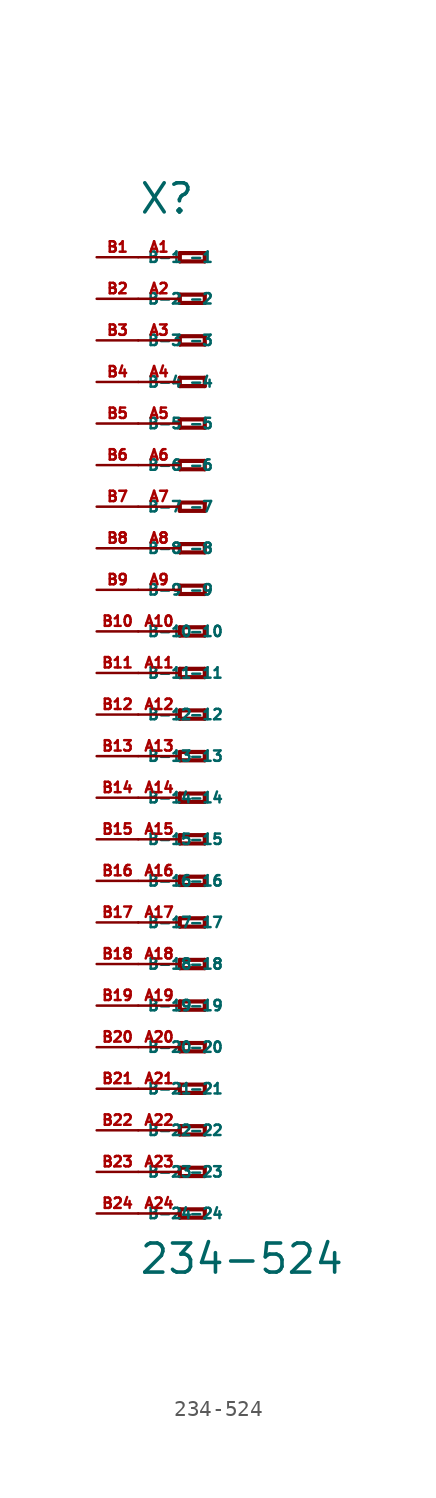
<source format=kicad_sym>
(kicad_symbol_lib
  (version 20220914)
  (generator Eagle2Kicad)
  (symbol "234-524"
    (property "Reference" "X"
      (at -5.08 30.48 0)
      (effects (font (size 1.778 1.778) (thickness 0.22)) (justify left bottom)))
    (property "Value" "234-524"
      (at -5.08 -34.29 0)
      (effects (font (size 1.778 1.778) (thickness 0.22)) (justify left bottom)))
    (polyline
      (pts (xy -2.54 28.194) (xy -2.54 27.686))
      (stroke (width 0.254) (type default))
      (fill (type none)))
    (polyline
      (pts (xy -2.54 27.686) (xy -1.016 27.686))
      (stroke (width 0.254) (type default))
      (fill (type none)))
    (polyline
      (pts (xy -1.016 27.686) (xy -1.016 28.194))
      (stroke (width 0.254) (type default))
      (fill (type none)))
    (polyline
      (pts (xy -1.016 28.194) (xy -2.54 28.194))
      (stroke (width 0.254) (type default))
      (fill (type none)))
    (polyline
      (pts (xy -2.54 25.654) (xy -2.54 25.146))
      (stroke (width 0.254) (type default))
      (fill (type none)))
    (polyline
      (pts (xy -2.54 25.146) (xy -1.016 25.146))
      (stroke (width 0.254) (type default))
      (fill (type none)))
    (polyline
      (pts (xy -1.016 25.146) (xy -1.016 25.654))
      (stroke (width 0.254) (type default))
      (fill (type none)))
    (polyline
      (pts (xy -1.016 25.654) (xy -2.54 25.654))
      (stroke (width 0.254) (type default))
      (fill (type none)))
    (polyline
      (pts (xy -2.54 23.114) (xy -2.54 22.606))
      (stroke (width 0.254) (type default))
      (fill (type none)))
    (polyline
      (pts (xy -2.54 22.606) (xy -1.016 22.606))
      (stroke (width 0.254) (type default))
      (fill (type none)))
    (polyline
      (pts (xy -1.016 22.606) (xy -1.016 23.114))
      (stroke (width 0.254) (type default))
      (fill (type none)))
    (polyline
      (pts (xy -1.016 23.114) (xy -2.54 23.114))
      (stroke (width 0.254) (type default))
      (fill (type none)))
    (polyline
      (pts (xy -2.54 20.574) (xy -2.54 20.066))
      (stroke (width 0.254) (type default))
      (fill (type none)))
    (polyline
      (pts (xy -2.54 20.066) (xy -1.016 20.066))
      (stroke (width 0.254) (type default))
      (fill (type none)))
    (polyline
      (pts (xy -1.016 20.066) (xy -1.016 20.574))
      (stroke (width 0.254) (type default))
      (fill (type none)))
    (polyline
      (pts (xy -1.016 20.574) (xy -2.54 20.574))
      (stroke (width 0.254) (type default))
      (fill (type none)))
    (polyline
      (pts (xy -2.54 18.034) (xy -2.54 17.526))
      (stroke (width 0.254) (type default))
      (fill (type none)))
    (polyline
      (pts (xy -2.54 17.526) (xy -1.016 17.526))
      (stroke (width 0.254) (type default))
      (fill (type none)))
    (polyline
      (pts (xy -1.016 17.526) (xy -1.016 18.034))
      (stroke (width 0.254) (type default))
      (fill (type none)))
    (polyline
      (pts (xy -1.016 18.034) (xy -2.54 18.034))
      (stroke (width 0.254) (type default))
      (fill (type none)))
    (polyline
      (pts (xy -2.54 15.494) (xy -2.54 14.986))
      (stroke (width 0.254) (type default))
      (fill (type none)))
    (polyline
      (pts (xy -2.54 14.986) (xy -1.016 14.986))
      (stroke (width 0.254) (type default))
      (fill (type none)))
    (polyline
      (pts (xy -1.016 14.986) (xy -1.016 15.494))
      (stroke (width 0.254) (type default))
      (fill (type none)))
    (polyline
      (pts (xy -1.016 15.494) (xy -2.54 15.494))
      (stroke (width 0.254) (type default))
      (fill (type none)))
    (polyline
      (pts (xy -2.54 12.954) (xy -2.54 12.446))
      (stroke (width 0.254) (type default))
      (fill (type none)))
    (polyline
      (pts (xy -2.54 12.446) (xy -1.016 12.446))
      (stroke (width 0.254) (type default))
      (fill (type none)))
    (polyline
      (pts (xy -1.016 12.446) (xy -1.016 12.954))
      (stroke (width 0.254) (type default))
      (fill (type none)))
    (polyline
      (pts (xy -1.016 12.954) (xy -2.54 12.954))
      (stroke (width 0.254) (type default))
      (fill (type none)))
    (polyline
      (pts (xy -2.54 10.414) (xy -2.54 9.906))
      (stroke (width 0.254) (type default))
      (fill (type none)))
    (polyline
      (pts (xy -2.54 9.906) (xy -1.016 9.906))
      (stroke (width 0.254) (type default))
      (fill (type none)))
    (polyline
      (pts (xy -1.016 9.906) (xy -1.016 10.414))
      (stroke (width 0.254) (type default))
      (fill (type none)))
    (polyline
      (pts (xy -1.016 10.414) (xy -2.54 10.414))
      (stroke (width 0.254) (type default))
      (fill (type none)))
    (polyline
      (pts (xy -2.54 7.874) (xy -2.54 7.366))
      (stroke (width 0.254) (type default))
      (fill (type none)))
    (polyline
      (pts (xy -2.54 7.366) (xy -1.016 7.366))
      (stroke (width 0.254) (type default))
      (fill (type none)))
    (polyline
      (pts (xy -1.016 7.366) (xy -1.016 7.874))
      (stroke (width 0.254) (type default))
      (fill (type none)))
    (polyline
      (pts (xy -1.016 7.874) (xy -2.54 7.874))
      (stroke (width 0.254) (type default))
      (fill (type none)))
    (polyline
      (pts (xy -2.54 5.334) (xy -2.54 4.826))
      (stroke (width 0.254) (type default))
      (fill (type none)))
    (polyline
      (pts (xy -2.54 4.826) (xy -1.016 4.826))
      (stroke (width 0.254) (type default))
      (fill (type none)))
    (polyline
      (pts (xy -1.016 4.826) (xy -1.016 5.334))
      (stroke (width 0.254) (type default))
      (fill (type none)))
    (polyline
      (pts (xy -1.016 5.334) (xy -2.54 5.334))
      (stroke (width 0.254) (type default))
      (fill (type none)))
    (polyline
      (pts (xy -2.54 2.794) (xy -2.54 2.286))
      (stroke (width 0.254) (type default))
      (fill (type none)))
    (polyline
      (pts (xy -2.54 2.286) (xy -1.016 2.286))
      (stroke (width 0.254) (type default))
      (fill (type none)))
    (polyline
      (pts (xy -1.016 2.286) (xy -1.016 2.794))
      (stroke (width 0.254) (type default))
      (fill (type none)))
    (polyline
      (pts (xy -1.016 2.794) (xy -2.54 2.794))
      (stroke (width 0.254) (type default))
      (fill (type none)))
    (polyline
      (pts (xy -2.54 0.254) (xy -2.54 -0.254))
      (stroke (width 0.254) (type default))
      (fill (type none)))
    (polyline
      (pts (xy -2.54 -0.254) (xy -1.016 -0.254))
      (stroke (width 0.254) (type default))
      (fill (type none)))
    (polyline
      (pts (xy -1.016 -0.254) (xy -1.016 0.254))
      (stroke (width 0.254) (type default))
      (fill (type none)))
    (polyline
      (pts (xy -1.016 0.254) (xy -2.54 0.254))
      (stroke (width 0.254) (type default))
      (fill (type none)))
    (polyline
      (pts (xy -2.54 -2.286) (xy -2.54 -2.794))
      (stroke (width 0.254) (type default))
      (fill (type none)))
    (polyline
      (pts (xy -2.54 -2.794) (xy -1.016 -2.794))
      (stroke (width 0.254) (type default))
      (fill (type none)))
    (polyline
      (pts (xy -1.016 -2.794) (xy -1.016 -2.286))
      (stroke (width 0.254) (type default))
      (fill (type none)))
    (polyline
      (pts (xy -1.016 -2.286) (xy -2.54 -2.286))
      (stroke (width 0.254) (type default))
      (fill (type none)))
    (polyline
      (pts (xy -2.54 -4.826) (xy -2.54 -5.334))
      (stroke (width 0.254) (type default))
      (fill (type none)))
    (polyline
      (pts (xy -2.54 -5.334) (xy -1.016 -5.334))
      (stroke (width 0.254) (type default))
      (fill (type none)))
    (polyline
      (pts (xy -1.016 -5.334) (xy -1.016 -4.826))
      (stroke (width 0.254) (type default))
      (fill (type none)))
    (polyline
      (pts (xy -1.016 -4.826) (xy -2.54 -4.826))
      (stroke (width 0.254) (type default))
      (fill (type none)))
    (polyline
      (pts (xy -2.54 -7.366) (xy -2.54 -7.874))
      (stroke (width 0.254) (type default))
      (fill (type none)))
    (polyline
      (pts (xy -2.54 -7.874) (xy -1.016 -7.874))
      (stroke (width 0.254) (type default))
      (fill (type none)))
    (polyline
      (pts (xy -1.016 -7.874) (xy -1.016 -7.366))
      (stroke (width 0.254) (type default))
      (fill (type none)))
    (polyline
      (pts (xy -1.016 -7.366) (xy -2.54 -7.366))
      (stroke (width 0.254) (type default))
      (fill (type none)))
    (polyline
      (pts (xy -2.54 -9.906) (xy -2.54 -10.414))
      (stroke (width 0.254) (type default))
      (fill (type none)))
    (polyline
      (pts (xy -2.54 -10.414) (xy -1.016 -10.414))
      (stroke (width 0.254) (type default))
      (fill (type none)))
    (polyline
      (pts (xy -1.016 -10.414) (xy -1.016 -9.906))
      (stroke (width 0.254) (type default))
      (fill (type none)))
    (polyline
      (pts (xy -1.016 -9.906) (xy -2.54 -9.906))
      (stroke (width 0.254) (type default))
      (fill (type none)))
    (polyline
      (pts (xy -2.54 -12.446) (xy -2.54 -12.954))
      (stroke (width 0.254) (type default))
      (fill (type none)))
    (polyline
      (pts (xy -2.54 -12.954) (xy -1.016 -12.954))
      (stroke (width 0.254) (type default))
      (fill (type none)))
    (polyline
      (pts (xy -1.016 -12.954) (xy -1.016 -12.446))
      (stroke (width 0.254) (type default))
      (fill (type none)))
    (polyline
      (pts (xy -1.016 -12.446) (xy -2.54 -12.446))
      (stroke (width 0.254) (type default))
      (fill (type none)))
    (polyline
      (pts (xy -2.54 -14.986) (xy -2.54 -15.494))
      (stroke (width 0.254) (type default))
      (fill (type none)))
    (polyline
      (pts (xy -2.54 -15.494) (xy -1.016 -15.494))
      (stroke (width 0.254) (type default))
      (fill (type none)))
    (polyline
      (pts (xy -1.016 -15.494) (xy -1.016 -14.986))
      (stroke (width 0.254) (type default))
      (fill (type none)))
    (polyline
      (pts (xy -1.016 -14.986) (xy -2.54 -14.986))
      (stroke (width 0.254) (type default))
      (fill (type none)))
    (polyline
      (pts (xy -2.54 -17.526) (xy -2.54 -18.034))
      (stroke (width 0.254) (type default))
      (fill (type none)))
    (polyline
      (pts (xy -2.54 -18.034) (xy -1.016 -18.034))
      (stroke (width 0.254) (type default))
      (fill (type none)))
    (polyline
      (pts (xy -1.016 -18.034) (xy -1.016 -17.526))
      (stroke (width 0.254) (type default))
      (fill (type none)))
    (polyline
      (pts (xy -1.016 -17.526) (xy -2.54 -17.526))
      (stroke (width 0.254) (type default))
      (fill (type none)))
    (polyline
      (pts (xy -2.54 -20.066) (xy -2.54 -20.574))
      (stroke (width 0.254) (type default))
      (fill (type none)))
    (polyline
      (pts (xy -2.54 -20.574) (xy -1.016 -20.574))
      (stroke (width 0.254) (type default))
      (fill (type none)))
    (polyline
      (pts (xy -1.016 -20.574) (xy -1.016 -20.066))
      (stroke (width 0.254) (type default))
      (fill (type none)))
    (polyline
      (pts (xy -1.016 -20.066) (xy -2.54 -20.066))
      (stroke (width 0.254) (type default))
      (fill (type none)))
    (polyline
      (pts (xy -2.54 -22.606) (xy -2.54 -23.114))
      (stroke (width 0.254) (type default))
      (fill (type none)))
    (polyline
      (pts (xy -2.54 -23.114) (xy -1.016 -23.114))
      (stroke (width 0.254) (type default))
      (fill (type none)))
    (polyline
      (pts (xy -1.016 -23.114) (xy -1.016 -22.606))
      (stroke (width 0.254) (type default))
      (fill (type none)))
    (polyline
      (pts (xy -1.016 -22.606) (xy -2.54 -22.606))
      (stroke (width 0.254) (type default))
      (fill (type none)))
    (polyline
      (pts (xy -2.54 -25.146) (xy -2.54 -25.654))
      (stroke (width 0.254) (type default))
      (fill (type none)))
    (polyline
      (pts (xy -2.54 -25.654) (xy -1.016 -25.654))
      (stroke (width 0.254) (type default))
      (fill (type none)))
    (polyline
      (pts (xy -1.016 -25.654) (xy -1.016 -25.146))
      (stroke (width 0.254) (type default))
      (fill (type none)))
    (polyline
      (pts (xy -1.016 -25.146) (xy -2.54 -25.146))
      (stroke (width 0.254) (type default))
      (fill (type none)))
    (polyline
      (pts (xy -2.54 -27.686) (xy -2.54 -28.194))
      (stroke (width 0.254) (type default))
      (fill (type none)))
    (polyline
      (pts (xy -2.54 -28.194) (xy -1.016 -28.194))
      (stroke (width 0.254) (type default))
      (fill (type none)))
    (polyline
      (pts (xy -1.016 -28.194) (xy -1.016 -27.686))
      (stroke (width 0.254) (type default))
      (fill (type none)))
    (polyline
      (pts (xy -1.016 -27.686) (xy -2.54 -27.686))
      (stroke (width 0.254) (type default))
      (fill (type none)))
    (polyline
      (pts (xy -2.54 -30.226) (xy -2.54 -30.734))
      (stroke (width 0.254) (type default))
      (fill (type none)))
    (polyline
      (pts (xy -2.54 -30.734) (xy -1.016 -30.734))
      (stroke (width 0.254) (type default))
      (fill (type none)))
    (polyline
      (pts (xy -1.016 -30.734) (xy -1.016 -30.226))
      (stroke (width 0.254) (type default))
      (fill (type none)))
    (polyline
      (pts (xy -1.016 -30.226) (xy -2.54 -30.226))
      (stroke (width 0.254) (type default))
      (fill (type none)))
    (pin passive line
      (at -5.08 27.94 0)
      (length 2.54)
      (name "-1" (effects (font (size 0.635 0.635) (thickness 0.08)) (justify left bottom)))
      (number "A1" (effects (font (size 0.635 0.635) (thickness 0.08)) (justify left bottom))))
    (pin passive line
      (at -5.08 25.4 0)
      (length 2.54)
      (name "-2" (effects (font (size 0.635 0.635) (thickness 0.08)) (justify left bottom)))
      (number "A2" (effects (font (size 0.635 0.635) (thickness 0.08)) (justify left bottom))))
    (pin passive line
      (at -5.08 22.86 0)
      (length 2.54)
      (name "-3" (effects (font (size 0.635 0.635) (thickness 0.08)) (justify left bottom)))
      (number "A3" (effects (font (size 0.635 0.635) (thickness 0.08)) (justify left bottom))))
    (pin passive line
      (at -5.08 20.32 0)
      (length 2.54)
      (name "-4" (effects (font (size 0.635 0.635) (thickness 0.08)) (justify left bottom)))
      (number "A4" (effects (font (size 0.635 0.635) (thickness 0.08)) (justify left bottom))))
    (pin passive line
      (at -5.08 17.78 0)
      (length 2.54)
      (name "-5" (effects (font (size 0.635 0.635) (thickness 0.08)) (justify left bottom)))
      (number "A5" (effects (font (size 0.635 0.635) (thickness 0.08)) (justify left bottom))))
    (pin passive line
      (at -5.08 15.24 0)
      (length 2.54)
      (name "-6" (effects (font (size 0.635 0.635) (thickness 0.08)) (justify left bottom)))
      (number "A6" (effects (font (size 0.635 0.635) (thickness 0.08)) (justify left bottom))))
    (pin passive line
      (at -5.08 12.7 0)
      (length 2.54)
      (name "-7" (effects (font (size 0.635 0.635) (thickness 0.08)) (justify left bottom)))
      (number "A7" (effects (font (size 0.635 0.635) (thickness 0.08)) (justify left bottom))))
    (pin passive line
      (at -5.08 10.16 0)
      (length 2.54)
      (name "-8" (effects (font (size 0.635 0.635) (thickness 0.08)) (justify left bottom)))
      (number "A8" (effects (font (size 0.635 0.635) (thickness 0.08)) (justify left bottom))))
    (pin passive line
      (at -5.08 7.62 0)
      (length 2.54)
      (name "-9" (effects (font (size 0.635 0.635) (thickness 0.08)) (justify left bottom)))
      (number "A9" (effects (font (size 0.635 0.635) (thickness 0.08)) (justify left bottom))))
    (pin passive line
      (at -5.08 5.08 0)
      (length 2.54)
      (name "-10" (effects (font (size 0.635 0.635) (thickness 0.08)) (justify left bottom)))
      (number "A10" (effects (font (size 0.635 0.635) (thickness 0.08)) (justify left bottom))))
    (pin passive line
      (at -5.08 2.54 0)
      (length 2.54)
      (name "-11" (effects (font (size 0.635 0.635) (thickness 0.08)) (justify left bottom)))
      (number "A11" (effects (font (size 0.635 0.635) (thickness 0.08)) (justify left bottom))))
    (pin passive line
      (at -5.08 0 0)
      (length 2.54)
      (name "-12" (effects (font (size 0.635 0.635) (thickness 0.08)) (justify left bottom)))
      (number "A12" (effects (font (size 0.635 0.635) (thickness 0.08)) (justify left bottom))))
    (pin passive line
      (at -5.08 -2.54 0)
      (length 2.54)
      (name "-13" (effects (font (size 0.635 0.635) (thickness 0.08)) (justify left bottom)))
      (number "A13" (effects (font (size 0.635 0.635) (thickness 0.08)) (justify left bottom))))
    (pin passive line
      (at -5.08 -5.08 0)
      (length 2.54)
      (name "-14" (effects (font (size 0.635 0.635) (thickness 0.08)) (justify left bottom)))
      (number "A14" (effects (font (size 0.635 0.635) (thickness 0.08)) (justify left bottom))))
    (pin passive line
      (at -5.08 -7.62 0)
      (length 2.54)
      (name "-15" (effects (font (size 0.635 0.635) (thickness 0.08)) (justify left bottom)))
      (number "A15" (effects (font (size 0.635 0.635) (thickness 0.08)) (justify left bottom))))
    (pin passive line
      (at -5.08 -10.16 0)
      (length 2.54)
      (name "-16" (effects (font (size 0.635 0.635) (thickness 0.08)) (justify left bottom)))
      (number "A16" (effects (font (size 0.635 0.635) (thickness 0.08)) (justify left bottom))))
    (pin passive line
      (at -5.08 -12.7 0)
      (length 2.54)
      (name "-17" (effects (font (size 0.635 0.635) (thickness 0.08)) (justify left bottom)))
      (number "A17" (effects (font (size 0.635 0.635) (thickness 0.08)) (justify left bottom))))
    (pin passive line
      (at -5.08 -15.24 0)
      (length 2.54)
      (name "-18" (effects (font (size 0.635 0.635) (thickness 0.08)) (justify left bottom)))
      (number "A18" (effects (font (size 0.635 0.635) (thickness 0.08)) (justify left bottom))))
    (pin passive line
      (at -5.08 -17.78 0)
      (length 2.54)
      (name "-19" (effects (font (size 0.635 0.635) (thickness 0.08)) (justify left bottom)))
      (number "A19" (effects (font (size 0.635 0.635) (thickness 0.08)) (justify left bottom))))
    (pin passive line
      (at -5.08 -20.32 0)
      (length 2.54)
      (name "-20" (effects (font (size 0.635 0.635) (thickness 0.08)) (justify left bottom)))
      (number "A20" (effects (font (size 0.635 0.635) (thickness 0.08)) (justify left bottom))))
    (pin passive line
      (at -5.08 -22.86 0)
      (length 2.54)
      (name "-21" (effects (font (size 0.635 0.635) (thickness 0.08)) (justify left bottom)))
      (number "A21" (effects (font (size 0.635 0.635) (thickness 0.08)) (justify left bottom))))
    (pin passive line
      (at -5.08 -25.4 0)
      (length 2.54)
      (name "-22" (effects (font (size 0.635 0.635) (thickness 0.08)) (justify left bottom)))
      (number "A22" (effects (font (size 0.635 0.635) (thickness 0.08)) (justify left bottom))))
    (pin passive line
      (at -5.08 -27.94 0)
      (length 2.54)
      (name "-23" (effects (font (size 0.635 0.635) (thickness 0.08)) (justify left bottom)))
      (number "A23" (effects (font (size 0.635 0.635) (thickness 0.08)) (justify left bottom))))
    (pin passive line
      (at -5.08 -30.48 0)
      (length 2.54)
      (name "-24" (effects (font (size 0.635 0.635) (thickness 0.08)) (justify left bottom)))
      (number "A24" (effects (font (size 0.635 0.635) (thickness 0.08)) (justify left bottom))))
    (pin passive line
      (at -7.62 -30.48 0)
      (length 2.54)
      (name "B-24" (effects (font (size 0.635 0.635) (thickness 0.08)) (justify left bottom)))
      (number "B24" (effects (font (size 0.635 0.635) (thickness 0.08)) (justify left bottom))))
    (pin passive line
      (at -7.62 27.94 0)
      (length 2.54)
      (name "B-1" (effects (font (size 0.635 0.635) (thickness 0.08)) (justify left bottom)))
      (number "B1" (effects (font (size 0.635 0.635) (thickness 0.08)) (justify left bottom))))
    (pin passive line
      (at -7.62 25.4 0)
      (length 2.54)
      (name "B-2" (effects (font (size 0.635 0.635) (thickness 0.08)) (justify left bottom)))
      (number "B2" (effects (font (size 0.635 0.635) (thickness 0.08)) (justify left bottom))))
    (pin passive line
      (at -7.62 22.86 0)
      (length 2.54)
      (name "B-3" (effects (font (size 0.635 0.635) (thickness 0.08)) (justify left bottom)))
      (number "B3" (effects (font (size 0.635 0.635) (thickness 0.08)) (justify left bottom))))
    (pin passive line
      (at -7.62 20.32 0)
      (length 2.54)
      (name "B-4" (effects (font (size 0.635 0.635) (thickness 0.08)) (justify left bottom)))
      (number "B4" (effects (font (size 0.635 0.635) (thickness 0.08)) (justify left bottom))))
    (pin passive line
      (at -7.62 17.78 0)
      (length 2.54)
      (name "B-5" (effects (font (size 0.635 0.635) (thickness 0.08)) (justify left bottom)))
      (number "B5" (effects (font (size 0.635 0.635) (thickness 0.08)) (justify left bottom))))
    (pin passive line
      (at -7.62 15.24 0)
      (length 2.54)
      (name "B-6" (effects (font (size 0.635 0.635) (thickness 0.08)) (justify left bottom)))
      (number "B6" (effects (font (size 0.635 0.635) (thickness 0.08)) (justify left bottom))))
    (pin passive line
      (at -7.62 12.7 0)
      (length 2.54)
      (name "B-7" (effects (font (size 0.635 0.635) (thickness 0.08)) (justify left bottom)))
      (number "B7" (effects (font (size 0.635 0.635) (thickness 0.08)) (justify left bottom))))
    (pin passive line
      (at -7.62 10.16 0)
      (length 2.54)
      (name "B-8" (effects (font (size 0.635 0.635) (thickness 0.08)) (justify left bottom)))
      (number "B8" (effects (font (size 0.635 0.635) (thickness 0.08)) (justify left bottom))))
    (pin passive line
      (at -7.62 7.62 0)
      (length 2.54)
      (name "B-9" (effects (font (size 0.635 0.635) (thickness 0.08)) (justify left bottom)))
      (number "B9" (effects (font (size 0.635 0.635) (thickness 0.08)) (justify left bottom))))
    (pin passive line
      (at -7.62 5.08 0)
      (length 2.54)
      (name "B-10" (effects (font (size 0.635 0.635) (thickness 0.08)) (justify left bottom)))
      (number "B10" (effects (font (size 0.635 0.635) (thickness 0.08)) (justify left bottom))))
    (pin passive line
      (at -7.62 2.54 0)
      (length 2.54)
      (name "B-11" (effects (font (size 0.635 0.635) (thickness 0.08)) (justify left bottom)))
      (number "B11" (effects (font (size 0.635 0.635) (thickness 0.08)) (justify left bottom))))
    (pin passive line
      (at -7.62 0 0)
      (length 2.54)
      (name "B-12" (effects (font (size 0.635 0.635) (thickness 0.08)) (justify left bottom)))
      (number "B12" (effects (font (size 0.635 0.635) (thickness 0.08)) (justify left bottom))))
    (pin passive line
      (at -7.62 -2.54 0)
      (length 2.54)
      (name "B-13" (effects (font (size 0.635 0.635) (thickness 0.08)) (justify left bottom)))
      (number "B13" (effects (font (size 0.635 0.635) (thickness 0.08)) (justify left bottom))))
    (pin passive line
      (at -7.62 -5.08 0)
      (length 2.54)
      (name "B-14" (effects (font (size 0.635 0.635) (thickness 0.08)) (justify left bottom)))
      (number "B14" (effects (font (size 0.635 0.635) (thickness 0.08)) (justify left bottom))))
    (pin passive line
      (at -7.62 -7.62 0)
      (length 2.54)
      (name "B-15" (effects (font (size 0.635 0.635) (thickness 0.08)) (justify left bottom)))
      (number "B15" (effects (font (size 0.635 0.635) (thickness 0.08)) (justify left bottom))))
    (pin passive line
      (at -7.62 -10.16 0)
      (length 2.54)
      (name "B-16" (effects (font (size 0.635 0.635) (thickness 0.08)) (justify left bottom)))
      (number "B16" (effects (font (size 0.635 0.635) (thickness 0.08)) (justify left bottom))))
    (pin passive line
      (at -7.62 -12.7 0)
      (length 2.54)
      (name "B-17" (effects (font (size 0.635 0.635) (thickness 0.08)) (justify left bottom)))
      (number "B17" (effects (font (size 0.635 0.635) (thickness 0.08)) (justify left bottom))))
    (pin passive line
      (at -7.62 -15.24 0)
      (length 2.54)
      (name "B-18" (effects (font (size 0.635 0.635) (thickness 0.08)) (justify left bottom)))
      (number "B18" (effects (font (size 0.635 0.635) (thickness 0.08)) (justify left bottom))))
    (pin passive line
      (at -7.62 -17.78 0)
      (length 2.54)
      (name "B-19" (effects (font (size 0.635 0.635) (thickness 0.08)) (justify left bottom)))
      (number "B19" (effects (font (size 0.635 0.635) (thickness 0.08)) (justify left bottom))))
    (pin passive line
      (at -7.62 -20.32 0)
      (length 2.54)
      (name "B-20" (effects (font (size 0.635 0.635) (thickness 0.08)) (justify left bottom)))
      (number "B20" (effects (font (size 0.635 0.635) (thickness 0.08)) (justify left bottom))))
    (pin passive line
      (at -7.62 -22.86 0)
      (length 2.54)
      (name "B-21" (effects (font (size 0.635 0.635) (thickness 0.08)) (justify left bottom)))
      (number "B21" (effects (font (size 0.635 0.635) (thickness 0.08)) (justify left bottom))))
    (pin passive line
      (at -7.62 -25.4 0)
      (length 2.54)
      (name "B-22" (effects (font (size 0.635 0.635) (thickness 0.08)) (justify left bottom)))
      (number "B22" (effects (font (size 0.635 0.635) (thickness 0.08)) (justify left bottom))))
    (pin passive line
      (at -7.62 -27.94 0)
      (length 2.54)
      (name "B-23" (effects (font (size 0.635 0.635) (thickness 0.08)) (justify left bottom)))
      (number "B23" (effects (font (size 0.635 0.635) (thickness 0.08)) (justify left bottom))))))
</source>
